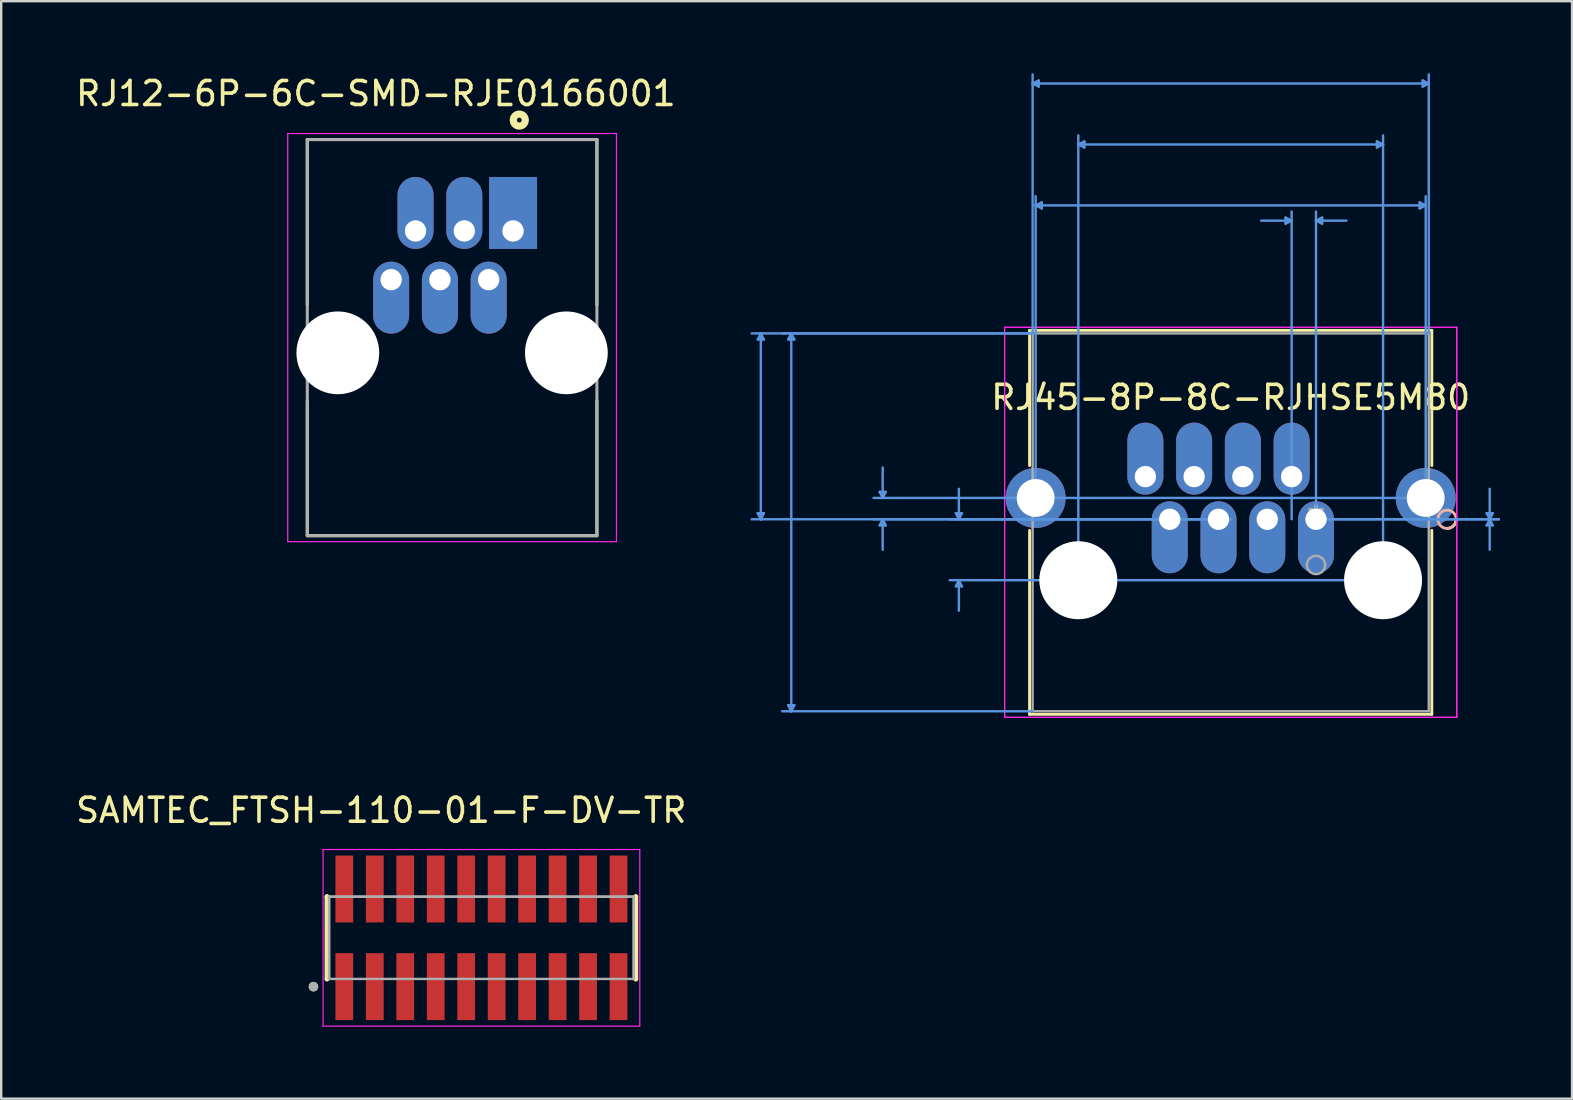
<source format=kicad_pcb>
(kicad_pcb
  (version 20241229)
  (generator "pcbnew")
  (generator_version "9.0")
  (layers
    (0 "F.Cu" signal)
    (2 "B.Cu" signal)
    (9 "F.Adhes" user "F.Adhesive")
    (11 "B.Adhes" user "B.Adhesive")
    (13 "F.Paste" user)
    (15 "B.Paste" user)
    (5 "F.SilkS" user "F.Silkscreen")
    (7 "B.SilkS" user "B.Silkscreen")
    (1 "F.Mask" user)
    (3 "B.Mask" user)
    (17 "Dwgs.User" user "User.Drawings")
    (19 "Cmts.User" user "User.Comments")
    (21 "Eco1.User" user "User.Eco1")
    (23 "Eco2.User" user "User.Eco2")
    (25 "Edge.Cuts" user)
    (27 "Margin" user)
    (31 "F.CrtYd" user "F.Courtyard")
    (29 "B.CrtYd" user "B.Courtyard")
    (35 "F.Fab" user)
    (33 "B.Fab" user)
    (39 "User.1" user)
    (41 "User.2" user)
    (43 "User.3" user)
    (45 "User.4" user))
  (footprint "RJ12-6P-6C-SMD-RJE0166001"
    (layer "F.Cu")
    (at 15.792 11.655)
    (property "Reference" "RJ12-6P-6C-SMD-RJE0166001" (at -3.178 -10.806 0) (layer "F.SilkS") (effects (font (size 1.001 1.001) (thickness 0.15))))
    (attr through_hole)
    (fp_line (start -6.035 -8.89) (end 6.035 -8.89) (stroke (width 0.127) (type solid)) (layer "F.SilkS"))
    (fp_line (start -6.035 -2) (end -6.035 -8.89) (stroke (width 0.127) (type solid)) (layer "F.SilkS"))
    (fp_line (start -6.035 7.62) (end -6.035 2) (stroke (width 0.127) (type solid)) (layer "F.SilkS"))
    (fp_line (start 6.035 -8.89) (end 6.035 -2) (stroke (width 0.127) (type solid)) (layer "F.SilkS"))
    (fp_line (start 6.035 2) (end 6.035 7.62) (stroke (width 0.127) (type solid)) (layer "F.SilkS"))
    (fp_line (start 6.035 7.62) (end -6.035 7.62) (stroke (width 0.127) (type solid)) (layer "F.SilkS"))
    (fp_circle (center 2.8 -9.7) (end 2.9 -9.7) (stroke (width 0.3) (type solid)) (fill no) (layer "F.SilkS"))
    (fp_line (start -6.85 -9.14) (end 6.85 -9.14) (stroke (width 0.05) (type solid)) (layer "F.CrtYd"))
    (fp_line (start -6.85 7.87) (end -6.85 -9.14) (stroke (width 0.05) (type solid)) (layer "F.CrtYd"))
    (fp_line (start 6.85 -9.14) (end 6.85 7.87) (stroke (width 0.05) (type solid)) (layer "F.CrtYd"))
    (fp_line (start 6.85 7.87) (end -6.85 7.87) (stroke (width 0.05) (type solid)) (layer "F.CrtYd"))
    (fp_line (start -6.035 -8.89) (end 6.035 -8.89) (stroke (width 0.127) (type solid)) (layer "F.Fab"))
    (fp_line (start -6.035 7.62) (end -6.035 -8.89) (stroke (width 0.127) (type solid)) (layer "F.Fab"))
    (fp_line (start 6.035 -8.89) (end 6.035 7.62) (stroke (width 0.127) (type solid)) (layer "F.Fab"))
    (fp_line (start 6.035 7.62) (end -6.035 7.62) (stroke (width 0.127) (type solid)) (layer "F.Fab"))
    (pad "" np_thru_hole circle (at -4.763 0) (size 3.45 3.45) (drill 3.45) (layers "*.Cu" "*.Mask"))
    (pad "" np_thru_hole circle (at 4.763 0) (size 3.45 3.45) (drill 3.45) (layers "*.Cu" "*.Mask"))
    (pad "1" thru_hole rect (at 2.54 -5.08) (size 2 3) (drill 0.89 (offset 0 -0.75)) (layers "*.Cu" "*.Mask"))
    (pad "2" thru_hole oval (at 1.524 -3.05) (size 1.5 3) (drill 0.89 (offset 0 0.75)) (layers "*.Cu" "*.Mask"))
    (pad "3" thru_hole oval (at 0.508 -5.08) (size 1.5 3) (drill 0.89 (offset 0 -0.75)) (layers "*.Cu" "*.Mask"))
    (pad "4" thru_hole oval (at -0.508 -3.048) (size 1.5 3) (drill 0.89 (offset 0 0.75)) (layers "*.Cu" "*.Mask"))
    (pad "5" thru_hole oval (at -1.524 -5.08) (size 1.5 3) (drill 0.89 (offset 0 -0.75)) (layers "*.Cu" "*.Mask"))
    (pad "6" thru_hole oval (at -2.54 -3.05) (size 1.5 3) (drill 0.89 (offset 0 0.75)) (layers "*.Cu" "*.Mask")))
  (footprint "SAMTEC_FTSH-110-01-F-DV-TR"
    (layer "F.Cu")
    (at 17.014 36.035)
    (property "Reference" "SAMTEC_FTSH-110-01-F-DV-TR" (at -4.175 -5.315 0) (layer "F.SilkS") (effects (font (size 1 1) (thickness 0.15))))
    (attr through_hole)
    (fp_line (start -6.435 -1.715) (end -6.435 -1.715) (stroke (width 0.2) (type solid)) (layer "F.SilkS"))
    (fp_line (start -6.435 1.715) (end -6.435 -1.715) (stroke (width 0.2) (type solid)) (layer "F.SilkS"))
    (fp_line (start -6.435 1.715) (end -6.435 1.715) (stroke (width 0.2) (type solid)) (layer "F.SilkS"))
    (fp_line (start 6.435 -1.715) (end 6.435 -1.715) (stroke (width 0.2) (type solid)) (layer "F.SilkS"))
    (fp_line (start 6.435 -1.715) (end 6.435 1.715) (stroke (width 0.2) (type solid)) (layer "F.SilkS"))
    (fp_line (start 6.435 1.715) (end 6.435 1.715) (stroke (width 0.2) (type solid)) (layer "F.SilkS"))
    (fp_circle (center -7 2.035) (end -6.9 2.035) (stroke (width 0.2) (type solid)) (fill no) (layer "F.SilkS"))
    (fp_line (start -6.6 -3.68) (end 6.6 -3.68) (stroke (width 0.05) (type solid)) (layer "F.CrtYd"))
    (fp_line (start -6.6 3.68) (end -6.6 -3.68) (stroke (width 0.05) (type solid)) (layer "F.CrtYd"))
    (fp_line (start 6.6 -3.68) (end 6.6 3.68) (stroke (width 0.05) (type solid)) (layer "F.CrtYd"))
    (fp_line (start 6.6 3.68) (end -6.6 3.68) (stroke (width 0.05) (type solid)) (layer "F.CrtYd"))
    (fp_line (start -6.35 -1.715) (end 6.35 -1.715) (stroke (width 0.1) (type solid)) (layer "F.Fab"))
    (fp_line (start -6.35 -1.715) (end 6.35 -1.715) (stroke (width 0.1) (type solid)) (layer "F.Fab"))
    (fp_line (start -6.35 1.715) (end -6.35 -1.715) (stroke (width 0.1) (type solid)) (layer "F.Fab"))
    (fp_line (start -6.35 1.715) (end -6.35 -1.715) (stroke (width 0.1) (type solid)) (layer "F.Fab"))
    (fp_line (start 6.35 -1.715) (end 6.35 1.715) (stroke (width 0.1) (type solid)) (layer "F.Fab"))
    (fp_line (start 6.35 -1.715) (end 6.35 1.715) (stroke (width 0.1) (type solid)) (layer "F.Fab"))
    (fp_line (start 6.35 1.715) (end -6.35 1.715) (stroke (width 0.1) (type solid)) (layer "F.Fab"))
    (fp_circle (center -7 2.035) (end -6.9 2.035) (stroke (width 0.2) (type solid)) (fill no) (layer "F.Fab"))
    (pad "01" smd rect (at -5.715 2.035) (size 0.74 2.79) (layers "F.Cu" "F.Mask" "F.Paste"))
    (pad "02" smd rect (at -5.715 -2.035) (size 0.74 2.79) (layers "F.Cu" "F.Mask" "F.Paste"))
    (pad "03" smd rect (at -4.445 2.035) (size 0.74 2.79) (layers "F.Cu" "F.Mask" "F.Paste"))
    (pad "04" smd rect (at -4.445 -2.035) (size 0.74 2.79) (layers "F.Cu" "F.Mask" "F.Paste"))
    (pad "05" smd rect (at -3.175 2.035) (size 0.74 2.79) (layers "F.Cu" "F.Mask" "F.Paste"))
    (pad "06" smd rect (at -3.175 -2.035) (size 0.74 2.79) (layers "F.Cu" "F.Mask" "F.Paste"))
    (pad "07" smd rect (at -1.905 2.035) (size 0.74 2.79) (layers "F.Cu" "F.Mask" "F.Paste"))
    (pad "08" smd rect (at -1.905 -2.035) (size 0.74 2.79) (layers "F.Cu" "F.Mask" "F.Paste"))
    (pad "09" smd rect (at -0.635 2.035) (size 0.74 2.79) (layers "F.Cu" "F.Mask" "F.Paste"))
    (pad "10" smd rect (at -0.635 -2.035) (size 0.74 2.79) (layers "F.Cu" "F.Mask" "F.Paste"))
    (pad "11" smd rect (at 0.635 2.035) (size 0.74 2.79) (layers "F.Cu" "F.Mask" "F.Paste"))
    (pad "12" smd rect (at 0.635 -2.035) (size 0.74 2.79) (layers "F.Cu" "F.Mask" "F.Paste"))
    (pad "13" smd rect (at 1.905 2.035) (size 0.74 2.79) (layers "F.Cu" "F.Mask" "F.Paste"))
    (pad "14" smd rect (at 1.905 -2.035) (size 0.74 2.79) (layers "F.Cu" "F.Mask" "F.Paste"))
    (pad "15" smd rect (at 3.175 2.035) (size 0.74 2.79) (layers "F.Cu" "F.Mask" "F.Paste"))
    (pad "16" smd rect (at 3.175 -2.035) (size 0.74 2.79) (layers "F.Cu" "F.Mask" "F.Paste"))
    (pad "17" smd rect (at 4.445 2.035) (size 0.74 2.79) (layers "F.Cu" "F.Mask" "F.Paste"))
    (pad "18" smd rect (at 4.445 -2.035) (size 0.74 2.79) (layers "F.Cu" "F.Mask" "F.Paste"))
    (pad "19" smd rect (at 5.715 2.035) (size 0.74 2.79) (layers "F.Cu" "F.Mask" "F.Paste"))
    (pad "20" smd rect (at 5.715 -2.035) (size 0.74 2.79) (layers "F.Cu" "F.Mask" "F.Paste")))
  (footprint "RJ45-8P-8C-RJHSE5M80"
    (layer "F.Cu")
    (at 51.797 18.592)
    (property "Reference" "RJ45-8P-8C-RJHSE5M80" (at -3.556 -5.08 0) (layer "F.SilkS") (effects (font (size 1 1) (thickness 0.15))))
    (attr through_hole)
    (fp_line (start -11.938 -7.874) (end -11.938 -2.239) (stroke (width 0.12) (type solid)) (layer "F.SilkS"))
    (fp_line (start -11.938 0.461) (end -11.938 8.128) (stroke (width 0.12) (type solid)) (layer "F.SilkS"))
    (fp_line (start -11.938 8.128) (end 4.826 8.128) (stroke (width 0.12) (type solid)) (layer "F.SilkS"))
    (fp_line (start 4.826 -7.874) (end -11.938 -7.874) (stroke (width 0.12) (type solid)) (layer "F.SilkS"))
    (fp_line (start 4.826 -2.239) (end 4.826 -7.874) (stroke (width 0.12) (type solid)) (layer "F.SilkS"))
    (fp_line (start 4.826 8.128) (end 4.826 0.461) (stroke (width 0.12) (type solid)) (layer "F.SilkS"))
    (fp_arc (start 5.841988 0.002991) (mid 5.730408 0.269408) (end 5.463991 0.380988) (stroke (width 0.12) (type solid)) (layer "F.SilkS"))
    (fp_circle (center 5.461 0) (end 5.842 0) (stroke (width 0.12) (type solid)) (fill no) (layer "B.SilkS"))
    (fp_line (start -23.266 -7.493) (end -23.012 -7.493) (stroke (width 0.1) (type solid)) (layer "Cmts.User"))
    (fp_line (start -23.266 -0.254) (end -23.012 -0.254) (stroke (width 0.1) (type solid)) (layer "Cmts.User"))
    (fp_line (start -23.139 -7.747) (end -23.266 -7.493) (stroke (width 0.1) (type solid)) (layer "Cmts.User"))
    (fp_line (start -23.139 -7.747) (end -23.139 0) (stroke (width 0.1) (type solid)) (layer "Cmts.User"))
    (fp_line (start -23.139 -7.747) (end -23.012 -7.493) (stroke (width 0.1) (type solid)) (layer "Cmts.User"))
    (fp_line (start -23.139 0) (end -23.266 -0.254) (stroke (width 0.1) (type solid)) (layer "Cmts.User"))
    (fp_line (start -23.139 0) (end -23.012 -0.254) (stroke (width 0.1) (type solid)) (layer "Cmts.User"))
    (fp_line (start -21.996 -7.493) (end -21.742 -7.493) (stroke (width 0.1) (type solid)) (layer "Cmts.User"))
    (fp_line (start -21.996 7.747) (end -21.742 7.747) (stroke (width 0.1) (type solid)) (layer "Cmts.User"))
    (fp_line (start -21.869 -7.747) (end -21.996 -7.493) (stroke (width 0.1) (type solid)) (layer "Cmts.User"))
    (fp_line (start -21.869 -7.747) (end -21.869 8.001) (stroke (width 0.1) (type solid)) (layer "Cmts.User"))
    (fp_line (start -21.869 -7.747) (end -21.742 -7.493) (stroke (width 0.1) (type solid)) (layer "Cmts.User"))
    (fp_line (start -21.869 8.001) (end -21.996 7.747) (stroke (width 0.1) (type solid)) (layer "Cmts.User"))
    (fp_line (start -21.869 8.001) (end -21.742 7.747) (stroke (width 0.1) (type solid)) (layer "Cmts.User"))
    (fp_line (start -18.186 -1.143) (end -17.932 -1.143) (stroke (width 0.1) (type solid)) (layer "Cmts.User"))
    (fp_line (start -18.186 0.254) (end -17.932 0.254) (stroke (width 0.1) (type solid)) (layer "Cmts.User"))
    (fp_line (start -18.059 -0.889) (end -18.186 -1.143) (stroke (width 0.1) (type solid)) (layer "Cmts.User"))
    (fp_line (start -18.059 -0.889) (end -18.059 -2.159) (stroke (width 0.1) (type solid)) (layer "Cmts.User"))
    (fp_line (start -18.059 -0.889) (end -17.932 -1.143) (stroke (width 0.1) (type solid)) (layer "Cmts.User"))
    (fp_line (start -18.059 0) (end -18.186 0.254) (stroke (width 0.1) (type solid)) (layer "Cmts.User"))
    (fp_line (start -18.059 0) (end -18.059 1.27) (stroke (width 0.1) (type solid)) (layer "Cmts.User"))
    (fp_line (start -18.059 0) (end -17.932 0.254) (stroke (width 0.1) (type solid)) (layer "Cmts.User"))
    (fp_line (start -15.011 -0.254) (end -14.757 -0.254) (stroke (width 0.1) (type solid)) (layer "Cmts.User"))
    (fp_line (start -15.011 2.794) (end -14.757 2.794) (stroke (width 0.1) (type solid)) (layer "Cmts.User"))
    (fp_line (start -14.884 0) (end -15.011 -0.254) (stroke (width 0.1) (type solid)) (layer "Cmts.User"))
    (fp_line (start -14.884 0) (end -14.884 -1.27) (stroke (width 0.1) (type solid)) (layer "Cmts.User"))
    (fp_line (start -14.884 0) (end -14.757 -0.254) (stroke (width 0.1) (type solid)) (layer "Cmts.User"))
    (fp_line (start -14.884 2.54) (end -15.011 2.794) (stroke (width 0.1) (type solid)) (layer "Cmts.User"))
    (fp_line (start -14.884 2.54) (end -14.884 3.81) (stroke (width 0.1) (type solid)) (layer "Cmts.User"))
    (fp_line (start -14.884 2.54) (end -14.757 2.794) (stroke (width 0.1) (type solid)) (layer "Cmts.User"))
    (fp_line (start -11.811 -18.161) (end -11.557 -18.288) (stroke (width 0.1) (type solid)) (layer "Cmts.User"))
    (fp_line (start -11.811 -18.161) (end -11.557 -18.034) (stroke (width 0.1) (type solid)) (layer "Cmts.User"))
    (fp_line (start -11.811 -18.161) (end 4.699 -18.161) (stroke (width 0.1) (type solid)) (layer "Cmts.User"))
    (fp_line (start -11.811 -7.747) (end -23.52 -7.747) (stroke (width 0.1) (type solid)) (layer "Cmts.User"))
    (fp_line (start -11.811 -7.747) (end -22.25 -7.747) (stroke (width 0.1) (type solid)) (layer "Cmts.User"))
    (fp_line (start -11.811 -7.747) (end -11.811 -18.542) (stroke (width 0.1) (type solid)) (layer "Cmts.User"))
    (fp_line (start -11.811 8.001) (end -22.25 8.001) (stroke (width 0.1) (type solid)) (layer "Cmts.User"))
    (fp_line (start -11.684 -13.081) (end -11.43 -13.208) (stroke (width 0.1) (type solid)) (layer "Cmts.User"))
    (fp_line (start -11.684 -13.081) (end -11.43 -12.954) (stroke (width 0.1) (type solid)) (layer "Cmts.User"))
    (fp_line (start -11.684 -13.081) (end 4.572 -13.081) (stroke (width 0.1) (type solid)) (layer "Cmts.User"))
    (fp_line (start -11.684 -0.889) (end -11.684 -13.462) (stroke (width 0.1) (type solid)) (layer "Cmts.User"))
    (fp_line (start -11.557 -18.288) (end -11.557 -18.034) (stroke (width 0.1) (type solid)) (layer "Cmts.User"))
    (fp_line (start -11.43 -13.208) (end -11.43 -12.954) (stroke (width 0.1) (type solid)) (layer "Cmts.User"))
    (fp_line (start -9.906 -15.621) (end -9.652 -15.748) (stroke (width 0.1) (type solid)) (layer "Cmts.User"))
    (fp_line (start -9.906 -15.621) (end -9.652 -15.494) (stroke (width 0.1) (type solid)) (layer "Cmts.User"))
    (fp_line (start -9.906 -15.621) (end 2.794 -15.621) (stroke (width 0.1) (type solid)) (layer "Cmts.User"))
    (fp_line (start -9.906 2.54) (end -9.906 -16.002) (stroke (width 0.1) (type solid)) (layer "Cmts.User"))
    (fp_line (start -9.652 -15.748) (end -9.652 -15.494) (stroke (width 0.1) (type solid)) (layer "Cmts.User"))
    (fp_line (start -3.556 0) (end -23.52 0) (stroke (width 0.1) (type solid)) (layer "Cmts.User"))
    (fp_line (start -3.556 0) (end -18.44 0) (stroke (width 0.1) (type solid)) (layer "Cmts.User"))
    (fp_line (start -3.556 0) (end -15.265 0) (stroke (width 0.1) (type solid)) (layer "Cmts.User"))
    (fp_line (start -1.27 -12.573) (end -1.27 -12.319) (stroke (width 0.1) (type solid)) (layer "Cmts.User"))
    (fp_line (start -1.016 -12.446) (end -2.286 -12.446) (stroke (width 0.1) (type solid)) (layer "Cmts.User"))
    (fp_line (start -1.016 -12.446) (end -1.27 -12.573) (stroke (width 0.1) (type solid)) (layer "Cmts.User"))
    (fp_line (start -1.016 -12.446) (end -1.27 -12.319) (stroke (width 0.1) (type solid)) (layer "Cmts.User"))
    (fp_line (start -1.016 0) (end -1.016 -12.827) (stroke (width 0.1) (type solid)) (layer "Cmts.User"))
    (fp_line (start 0 -12.446) (end 0.254 -12.573) (stroke (width 0.1) (type solid)) (layer "Cmts.User"))
    (fp_line (start 0 -12.446) (end 0.254 -12.319) (stroke (width 0.1) (type solid)) (layer "Cmts.User"))
    (fp_line (start 0 -12.446) (end 1.27 -12.446) (stroke (width 0.1) (type solid)) (layer "Cmts.User"))
    (fp_line (start 0 0) (end 0 -12.827) (stroke (width 0.1) (type solid)) (layer "Cmts.User"))
    (fp_line (start 0 0) (end 7.62 0) (stroke (width 0.1) (type solid)) (layer "Cmts.User"))
    (fp_line (start 0 0) (end 7.62 0) (stroke (width 0.1) (type solid)) (layer "Cmts.User"))
    (fp_line (start 0.254 -12.573) (end 0.254 -12.319) (stroke (width 0.1) (type solid)) (layer "Cmts.User"))
    (fp_line (start 2.54 -15.748) (end 2.54 -15.494) (stroke (width 0.1) (type solid)) (layer "Cmts.User"))
    (fp_line (start 2.794 -15.621) (end 2.54 -15.748) (stroke (width 0.1) (type solid)) (layer "Cmts.User"))
    (fp_line (start 2.794 -15.621) (end 2.54 -15.494) (stroke (width 0.1) (type solid)) (layer "Cmts.User"))
    (fp_line (start 2.794 2.54) (end -15.265 2.54) (stroke (width 0.1) (type solid)) (layer "Cmts.User"))
    (fp_line (start 2.794 2.54) (end 2.794 -16.002) (stroke (width 0.1) (type solid)) (layer "Cmts.User"))
    (fp_line (start 4.318 -13.208) (end 4.318 -12.954) (stroke (width 0.1) (type solid)) (layer "Cmts.User"))
    (fp_line (start 4.445 -18.288) (end 4.445 -18.034) (stroke (width 0.1) (type solid)) (layer "Cmts.User"))
    (fp_line (start 4.572 -13.081) (end 4.318 -13.208) (stroke (width 0.1) (type solid)) (layer "Cmts.User"))
    (fp_line (start 4.572 -13.081) (end 4.318 -12.954) (stroke (width 0.1) (type solid)) (layer "Cmts.User"))
    (fp_line (start 4.572 -0.889) (end -18.44 -0.889) (stroke (width 0.1) (type solid)) (layer "Cmts.User"))
    (fp_line (start 4.572 -0.889) (end 4.572 -13.462) (stroke (width 0.1) (type solid)) (layer "Cmts.User"))
    (fp_line (start 4.699 -18.161) (end 4.445 -18.288) (stroke (width 0.1) (type solid)) (layer "Cmts.User"))
    (fp_line (start 4.699 -18.161) (end 4.445 -18.034) (stroke (width 0.1) (type solid)) (layer "Cmts.User"))
    (fp_line (start 4.699 -7.747) (end 4.699 -18.542) (stroke (width 0.1) (type solid)) (layer "Cmts.User"))
    (fp_line (start 7.112 -0.254) (end 7.366 -0.254) (stroke (width 0.1) (type solid)) (layer "Cmts.User"))
    (fp_line (start 7.112 0.254) (end 7.366 0.254) (stroke (width 0.1) (type solid)) (layer "Cmts.User"))
    (fp_line (start 7.239 0) (end 7.112 -0.254) (stroke (width 0.1) (type solid)) (layer "Cmts.User"))
    (fp_line (start 7.239 0) (end 7.112 0.254) (stroke (width 0.1) (type solid)) (layer "Cmts.User"))
    (fp_line (start 7.239 0) (end 7.239 -1.27) (stroke (width 0.1) (type solid)) (layer "Cmts.User"))
    (fp_line (start 7.239 0) (end 7.239 1.27) (stroke (width 0.1) (type solid)) (layer "Cmts.User"))
    (fp_line (start 7.239 0) (end 7.366 -0.254) (stroke (width 0.1) (type solid)) (layer "Cmts.User"))
    (fp_line (start 7.239 0) (end 7.366 0.254) (stroke (width 0.1) (type solid)) (layer "Cmts.User"))
    (fp_line (start -12.979 -8.001) (end -12.979 8.255) (stroke (width 0.05) (type solid)) (layer "F.CrtYd"))
    (fp_line (start -12.979 -8.001) (end -12.979 8.255) (stroke (width 0.05) (type solid)) (layer "F.CrtYd"))
    (fp_line (start -12.979 8.255) (end 5.867 8.255) (stroke (width 0.05) (type solid)) (layer "F.CrtYd"))
    (fp_line (start -12.979 8.255) (end 5.867 8.255) (stroke (width 0.05) (type solid)) (layer "F.CrtYd"))
    (fp_line (start 5.867 -8.001) (end -12.979 -8.001) (stroke (width 0.05) (type solid)) (layer "F.CrtYd"))
    (fp_line (start 5.867 -8.001) (end -12.979 -8.001) (stroke (width 0.05) (type solid)) (layer "F.CrtYd"))
    (fp_line (start 5.867 8.255) (end 5.867 -8.001) (stroke (width 0.05) (type solid)) (layer "F.CrtYd"))
    (fp_line (start 5.867 8.255) (end 5.867 -8.001) (stroke (width 0.05) (type solid)) (layer "F.CrtYd"))
    (fp_line (start -11.811 -7.747) (end -11.811 8.001) (stroke (width 0.1) (type solid)) (layer "F.Fab"))
    (fp_line (start -11.811 8.001) (end 4.699 8.001) (stroke (width 0.1) (type solid)) (layer "F.Fab"))
    (fp_line (start 4.699 -7.747) (end -11.811 -7.747) (stroke (width 0.1) (type solid)) (layer "F.Fab"))
    (fp_line (start 4.699 8.001) (end 4.699 -7.747) (stroke (width 0.1) (type solid)) (layer "F.Fab"))
    (fp_circle (center 0 1.905) (end 0.381 1.905) (stroke (width 0.1) (type solid)) (fill no) (layer "F.Fab"))
    (fp_text user "*" (at 0 0 0) (layer "F.SilkS") (effects (font (size 1 1) (thickness 0.15))))
    (fp_text user "Copyright 2021 Accelerated Designs. All rights reserved." (at 0 0 0) (layer "Cmts.User") (effects (font (size 0.127 0.127) (thickness 0.002))))
    (fp_text user "*" (at 0 0 0) (layer "F.Fab") (effects (font (size 1 1) (thickness 0.15))))
    (pad "" np_thru_hole circle (at -9.906 2.54) (size 3.251 3.251) (drill 3.251) (layers "*.Cu" "*.Mask"))
    (pad "" np_thru_hole circle (at 2.794 2.54) (size 3.251 3.251) (drill 3.251) (layers "*.Cu" "*.Mask"))
    (pad "1" thru_hole oval (at 0 0) (size 1.5 3) (drill 0.889 (offset 0 0.75)) (layers "*.Cu" "*.Mask"))
    (pad "2" thru_hole oval (at -1.016 -1.778) (size 1.5 3) (drill 0.889 (offset 0 -0.75)) (layers "*.Cu" "*.Mask"))
    (pad "3" thru_hole oval (at -2.032 0) (size 1.5 3) (drill 0.889 (offset 0 0.75)) (layers "*.Cu" "*.Mask"))
    (pad "4" thru_hole oval (at -3.048 -1.778) (size 1.5 3) (drill 0.889 (offset 0 -0.75)) (layers "*.Cu" "*.Mask"))
    (pad "5" thru_hole oval (at -4.064 0) (size 1.5 3) (drill 0.889 (offset 0 0.75)) (layers "*.Cu" "*.Mask"))
    (pad "6" thru_hole oval (at -5.08 -1.778) (size 1.5 3) (drill 0.889 (offset 0 -0.75)) (layers "*.Cu" "*.Mask"))
    (pad "7" thru_hole oval (at -6.096 0) (size 1.5 3) (drill 0.889 (offset 0 0.75)) (layers "*.Cu" "*.Mask"))
    (pad "8" thru_hole oval (at -7.112 -1.778) (size 1.5 3) (drill 0.889 (offset 0 -0.75)) (layers "*.Cu" "*.Mask"))
    (pad "11" thru_hole circle (at -11.684 -0.889) (size 2.5 2.5) (drill 1.575) (layers "*.Cu" "*.Mask"))
    (pad "12" thru_hole circle (at 4.572 -0.889) (size 2.5 2.5) (drill 1.575) (layers "*.Cu" "*.Mask")))
  (gr_rect
    (start -3 -3)
    (end 62.467 42.74)
    (stroke (width 0.1) (type default))
    (fill no)
    (layer "Edge.Cuts")))
</source>
